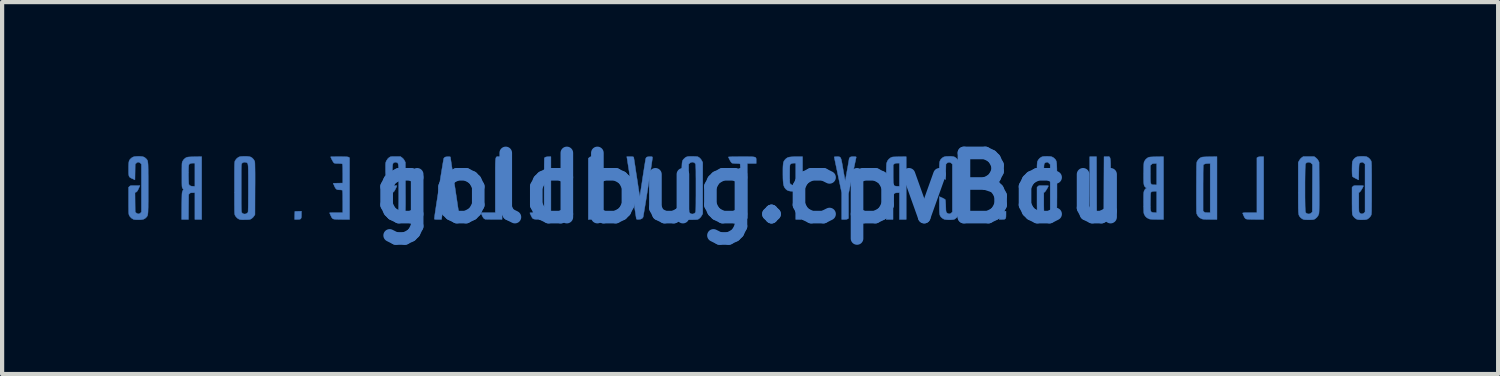
<source format=kicad_pcb>
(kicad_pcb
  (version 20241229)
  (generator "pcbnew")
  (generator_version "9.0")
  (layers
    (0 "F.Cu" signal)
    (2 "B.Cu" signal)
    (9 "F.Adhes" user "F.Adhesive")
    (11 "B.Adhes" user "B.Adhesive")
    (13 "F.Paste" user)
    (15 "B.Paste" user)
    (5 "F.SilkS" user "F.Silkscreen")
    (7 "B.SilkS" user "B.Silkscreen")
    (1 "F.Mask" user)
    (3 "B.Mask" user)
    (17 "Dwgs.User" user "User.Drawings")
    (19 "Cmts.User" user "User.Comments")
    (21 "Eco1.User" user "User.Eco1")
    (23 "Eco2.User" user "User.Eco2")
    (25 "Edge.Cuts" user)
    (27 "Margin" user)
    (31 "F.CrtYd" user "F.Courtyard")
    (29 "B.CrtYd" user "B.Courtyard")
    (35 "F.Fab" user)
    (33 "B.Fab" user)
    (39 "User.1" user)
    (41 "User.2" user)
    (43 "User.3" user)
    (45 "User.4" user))
  (footprint "goldbug.cpvBcu"
    (layer "B.Cu")
    (at 14.771 1.418)
    (property "Reference" "goldbug.cpvBcu" (at 0 0 0) (layer "B.Cu") (effects (font (size 1.524 1.524) (thickness 0.3))))
    (attr through_hole)
    (fp_poly (pts (xy 6.079 0.63) (xy 6.078 0.676) (xy 6.074 0.708) (xy 6.063 0.728) (xy 6.045 0.74) (xy 6.017 0.744) (xy 5.981 0.745) (xy 5.918 0.745) (xy 5.922 0.555) (xy 6.001 0.552) (xy 6.079 0.55) (xy 6.079 0.63)) (stroke (width 0.01) (type solid)) (fill yes) (layer "B.Cu"))
    (fp_poly (pts (xy -10.66 0.63) (xy -10.661 0.676) (xy -10.665 0.708) (xy -10.675 0.728) (xy -10.693 0.74) (xy -10.722 0.744) (xy -10.757 0.745) (xy -10.821 0.745) (xy -10.819 0.65) (xy -10.816 0.555) (xy -10.738 0.552) (xy -10.66 0.55) (xy -10.66 0.63)) (stroke (width 0.01) (type solid)) (fill yes) (layer "B.Cu"))
    (fp_poly (pts (xy -3.683 -0.015) (xy -3.683 0.114) (xy -3.684 0.233) (xy -3.684 0.341) (xy -3.685 0.437) (xy -3.685 0.521) (xy -3.686 0.592) (xy -3.687 0.648) (xy -3.689 0.691) (xy -3.69 0.718) (xy -3.691 0.728) (xy -3.701 0.735) (xy -3.723 0.74) (xy -3.758 0.743) (xy -3.772 0.744) (xy -3.844 0.747) (xy -3.844 -0.704) (xy -3.823 -0.724) (xy -3.81 -0.736) (xy -3.794 -0.742) (xy -3.772 -0.745) (xy -3.743 -0.745) (xy -3.683 -0.745) (xy -3.683 -0.015)) (stroke (width 0.01) (type solid)) (fill yes) (layer "B.Cu"))
    (fp_poly (pts (xy 12.2 0.745) (xy 12.004 0.745) (xy 11.933 0.744) (xy 11.878 0.743) (xy 11.836 0.741) (xy 11.807 0.739) (xy 11.787 0.735) (xy 11.781 0.733) (xy 11.765 0.723) (xy 11.75 0.705) (xy 11.735 0.676) (xy 11.728 0.661) (xy 11.715 0.632) (xy 11.706 0.608) (xy 11.701 0.594) (xy 11.701 0.593) (xy 11.709 0.59) (xy 11.733 0.587) (xy 11.772 0.585) (xy 11.824 0.584) (xy 11.87 0.584) (xy 12.04 0.584) (xy 12.04 -0.719) (xy 12.058 -0.732) (xy 12.081 -0.741) (xy 12.117 -0.745) (xy 12.139 -0.745) (xy 12.2 -0.745) (xy 12.2 0.745)) (stroke (width 0.01) (type solid)) (fill yes) (layer "B.Cu"))
    (fp_poly (pts (xy -4.733 0.745) (xy -4.925 0.745) (xy -4.993 0.744) (xy -5.046 0.743) (xy -5.086 0.742) (xy -5.114 0.739) (xy -5.134 0.736) (xy -5.146 0.732) (xy -5.162 0.723) (xy -5.177 0.707) (xy -5.191 0.681) (xy -5.203 0.657) (xy -5.217 0.627) (xy -5.227 0.604) (xy -5.232 0.59) (xy -5.232 0.589) (xy -5.224 0.588) (xy -5.202 0.586) (xy -5.168 0.585) (xy -5.124 0.585) (xy -5.074 0.584) (xy -5.063 0.584) (xy -4.894 0.584) (xy -4.894 -0.061) (xy -4.894 -0.165) (xy -4.893 -0.263) (xy -4.893 -0.355) (xy -4.892 -0.44) (xy -4.892 -0.515) (xy -4.891 -0.581) (xy -4.89 -0.635) (xy -4.889 -0.677) (xy -4.888 -0.704) (xy -4.887 -0.716) (xy -4.887 -0.716) (xy -4.867 -0.733) (xy -4.832 -0.742) (xy -4.788 -0.745) (xy -4.733 -0.745) (xy -4.733 0.745)) (stroke (width 0.01) (type solid)) (fill yes) (layer "B.Cu"))
    (fp_poly (pts (xy -5.991 -0.747) (xy -5.976 -0.746) (xy -5.959 -0.745) (xy -5.956 -0.745) (xy -5.893 -0.745) (xy -5.893 0.745) (xy -6.085 0.744) (xy -6.142 0.744) (xy -6.193 0.743) (xy -6.237 0.742) (xy -6.27 0.741) (xy -6.291 0.74) (xy -6.295 0.739) (xy -6.318 0.728) (xy -6.339 0.706) (xy -6.359 0.671) (xy -6.362 0.664) (xy -6.375 0.637) (xy -6.384 0.617) (xy -6.387 0.602) (xy -6.383 0.593) (xy -6.371 0.587) (xy -6.347 0.585) (xy -6.311 0.584) (xy -6.261 0.584) (xy -6.224 0.584) (xy -6.054 0.584) (xy -6.054 -0.064) (xy -6.054 -0.187) (xy -6.054 -0.295) (xy -6.054 -0.389) (xy -6.054 -0.468) (xy -6.053 -0.535) (xy -6.052 -0.591) (xy -6.05 -0.636) (xy -6.047 -0.671) (xy -6.044 -0.698) (xy -6.039 -0.718) (xy -6.033 -0.732) (xy -6.025 -0.741) (xy -6.015 -0.745) (xy -6.004 -0.747) (xy -5.991 -0.747)) (stroke (width 0.01) (type solid)) (fill yes) (layer "B.Cu"))
    (fp_poly (pts (xy -0.047 -0.745) (xy 0.01 -0.744) (xy 0.054 -0.743) (xy 0.087 -0.74) (xy 0.111 -0.735) (xy 0.127 -0.728) (xy 0.137 -0.718) (xy 0.142 -0.705) (xy 0.144 -0.689) (xy 0.144 -0.668) (xy 0.144 -0.648) (xy 0.144 -0.584) (xy -0.068 -0.584) (xy -0.068 0.719) (xy -0.087 0.732) (xy -0.109 0.741) (xy -0.145 0.745) (xy -0.167 0.745) (xy -0.229 0.745) (xy -0.229 0.091) (xy -0.229 -0.037) (xy -0.229 -0.149) (xy -0.229 -0.246) (xy -0.23 -0.328) (xy -0.23 -0.397) (xy -0.231 -0.453) (xy -0.232 -0.498) (xy -0.234 -0.531) (xy -0.235 -0.554) (xy -0.237 -0.568) (xy -0.239 -0.574) (xy -0.253 -0.579) (xy -0.283 -0.583) (xy -0.326 -0.584) (xy -0.33 -0.584) (xy -0.371 -0.586) (xy -0.405 -0.589) (xy -0.428 -0.593) (xy -0.432 -0.595) (xy -0.448 -0.61) (xy -0.468 -0.639) (xy -0.484 -0.669) (xy -0.499 -0.699) (xy -0.51 -0.723) (xy -0.515 -0.737) (xy -0.516 -0.739) (xy -0.508 -0.74) (xy -0.485 -0.741) (xy -0.448 -0.743) (xy -0.401 -0.744) (xy -0.344 -0.744) (xy -0.279 -0.745) (xy -0.208 -0.745) (xy -0.203 -0.745) (xy -0.117 -0.745) (xy -0.047 -0.745)) (stroke (width 0.01) (type solid)) (fill yes) (layer "B.Cu"))
    (fp_poly (pts (xy 8.526 -0.746) (xy 8.535 -0.742) (xy 8.543 -0.734) (xy 8.549 -0.721) (xy 8.554 -0.702) (xy 8.558 -0.676) (xy 8.561 -0.642) (xy 8.563 -0.598) (xy 8.564 -0.544) (xy 8.565 -0.479) (xy 8.566 -0.401) (xy 8.566 -0.309) (xy 8.566 -0.202) (xy 8.567 -0.08) (xy 8.567 -0.079) (xy 8.567 0.06) (xy 8.567 0.183) (xy 8.567 0.29) (xy 8.567 0.381) (xy 8.566 0.456) (xy 8.565 0.515) (xy 8.564 0.56) (xy 8.562 0.59) (xy 8.56 0.606) (xy 8.541 0.655) (xy 8.509 0.697) (xy 8.465 0.729) (xy 8.464 0.73) (xy 8.442 0.739) (xy 8.418 0.745) (xy 8.385 0.749) (xy 8.344 0.75) (xy 8.303 0.751) (xy 8.265 0.749) (xy 8.234 0.747) (xy 8.224 0.745) (xy 8.172 0.729) (xy 8.132 0.702) (xy 8.099 0.662) (xy 8.089 0.643) (xy 8.086 0.637) (xy 8.083 0.63) (xy 8.081 0.62) (xy 8.079 0.606) (xy 8.078 0.588) (xy 8.076 0.564) (xy 8.075 0.533) (xy 8.074 0.493) (xy 8.074 0.444) (xy 8.073 0.385) (xy 8.072 0.314) (xy 8.072 0.23) (xy 8.071 0.133) (xy 8.071 0.02) (xy 8.071 -0.066) (xy 8.068 -0.745) (xy 8.229 -0.745) (xy 8.234 0.567) (xy 8.257 0.59) (xy 8.286 0.608) (xy 8.321 0.614) (xy 8.356 0.606) (xy 8.38 0.59) (xy 8.403 0.567) (xy 8.405 -0.089) (xy 8.408 -0.745) (xy 8.469 -0.745) (xy 8.487 -0.746) (xy 8.502 -0.747) (xy 8.515 -0.747) (xy 8.526 -0.746)) (stroke (width 0.01) (type solid)) (fill yes) (layer "B.Cu"))
    (fp_poly (pts (xy 11.091 0.745) (xy 10.928 0.745) (xy 10.862 0.744) (xy 10.81 0.743) (xy 10.772 0.74) (xy 10.745 0.736) (xy 10.732 0.732) (xy 10.681 0.706) (xy 10.641 0.668) (xy 10.614 0.618) (xy 10.608 0.6) (xy 10.607 0.584) (xy 10.605 0.552) (xy 10.604 0.503) (xy 10.603 0.438) (xy 10.602 0.358) (xy 10.602 0.262) (xy 10.602 0.151) (xy 10.602 0.026) (xy 10.602 0.005) (xy 10.761 0.005) (xy 10.761 0.543) (xy 10.782 0.563) (xy 10.795 0.574) (xy 10.809 0.581) (xy 10.831 0.583) (xy 10.864 0.584) (xy 10.867 0.584) (xy 10.93 0.584) (xy 10.93 -0.584) (xy 10.875 -0.584) (xy 10.829 -0.581) (xy 10.794 -0.57) (xy 10.772 -0.554) (xy 10.766 -0.546) (xy 10.765 -0.535) (xy 10.765 -0.509) (xy 10.764 -0.469) (xy 10.763 -0.416) (xy 10.762 -0.352) (xy 10.762 -0.279) (xy 10.762 -0.198) (xy 10.761 -0.11) (xy 10.761 -0.017) (xy 10.761 0.005) (xy 10.602 0.005) (xy 10.602 -0.019) (xy 10.603 -0.133) (xy 10.603 -0.231) (xy 10.604 -0.314) (xy 10.604 -0.385) (xy 10.605 -0.443) (xy 10.605 -0.491) (xy 10.606 -0.53) (xy 10.608 -0.56) (xy 10.609 -0.583) (xy 10.611 -0.6) (xy 10.613 -0.613) (xy 10.615 -0.623) (xy 10.618 -0.63) (xy 10.622 -0.637) (xy 10.623 -0.639) (xy 10.651 -0.681) (xy 10.689 -0.713) (xy 10.71 -0.725) (xy 10.722 -0.73) (xy 10.737 -0.735) (xy 10.758 -0.738) (xy 10.786 -0.74) (xy 10.824 -0.742) (xy 10.875 -0.743) (xy 10.916 -0.744) (xy 11.091 -0.746) (xy 11.091 0.745)) (stroke (width 0.01) (type solid)) (fill yes) (layer "B.Cu"))
    (fp_poly (pts (xy 2.107 -0.744) (xy 2.123 -0.741) (xy 2.137 -0.733) (xy 2.148 -0.72) (xy 2.158 -0.699) (xy 2.167 -0.67) (xy 2.176 -0.63) (xy 2.186 -0.578) (xy 2.197 -0.513) (xy 2.21 -0.439) (xy 2.221 -0.374) (xy 2.232 -0.315) (xy 2.241 -0.264) (xy 2.249 -0.222) (xy 2.255 -0.192) (xy 2.258 -0.176) (xy 2.259 -0.174) (xy 2.261 -0.182) (xy 2.266 -0.205) (xy 2.272 -0.24) (xy 2.28 -0.284) (xy 2.29 -0.335) (xy 2.299 -0.39) (xy 2.31 -0.448) (xy 2.32 -0.505) (xy 2.329 -0.559) (xy 2.338 -0.609) (xy 2.345 -0.65) (xy 2.35 -0.682) (xy 2.353 -0.701) (xy 2.354 -0.705) (xy 2.359 -0.715) (xy 2.371 -0.728) (xy 2.382 -0.737) (xy 2.398 -0.742) (xy 2.423 -0.745) (xy 2.455 -0.745) (xy 2.489 -0.745) (xy 2.509 -0.744) (xy 2.518 -0.74) (xy 2.52 -0.734) (xy 2.519 -0.726) (xy 2.516 -0.714) (xy 2.51 -0.687) (xy 2.502 -0.647) (xy 2.491 -0.596) (xy 2.478 -0.534) (xy 2.463 -0.464) (xy 2.447 -0.388) (xy 2.43 -0.306) (xy 2.425 -0.285) (xy 2.337 0.138) (xy 2.337 0.719) (xy 2.318 0.732) (xy 2.296 0.741) (xy 2.259 0.745) (xy 2.238 0.745) (xy 2.176 0.745) (xy 2.176 0.113) (xy 2.087 -0.31) (xy 2.07 -0.392) (xy 2.054 -0.469) (xy 2.039 -0.539) (xy 2.026 -0.602) (xy 2.015 -0.654) (xy 2.007 -0.696) (xy 2.001 -0.724) (xy 1.998 -0.738) (xy 1.998 -0.739) (xy 2.006 -0.742) (xy 2.026 -0.744) (xy 2.056 -0.745) (xy 2.062 -0.745) (xy 2.087 -0.745) (xy 2.107 -0.744)) (stroke (width 0.01) (type solid)) (fill yes) (layer "B.Cu"))
    (fp_poly (pts (xy -9.693 -0.745) (xy -9.642 -0.744) (xy -9.603 -0.743) (xy -9.575 -0.742) (xy -9.556 -0.739) (xy -9.543 -0.736) (xy -9.535 -0.732) (xy -9.517 -0.719) (xy -9.517 0.745) (xy -9.696 0.745) (xy -9.762 0.744) (xy -9.813 0.743) (xy -9.851 0.741) (xy -9.878 0.739) (xy -9.897 0.735) (xy -9.904 0.732) (xy -9.921 0.723) (xy -9.935 0.707) (xy -9.95 0.681) (xy -9.961 0.657) (xy -9.975 0.627) (xy -9.985 0.604) (xy -9.99 0.59) (xy -9.991 0.589) (xy -9.983 0.587) (xy -9.96 0.586) (xy -9.926 0.585) (xy -9.883 0.584) (xy -9.834 0.584) (xy -9.677 0.584) (xy -9.677 0.323) (xy -9.678 0.243) (xy -9.678 0.179) (xy -9.679 0.129) (xy -9.681 0.093) (xy -9.683 0.069) (xy -9.686 0.055) (xy -9.688 0.052) (xy -9.701 0.047) (xy -9.728 0.043) (xy -9.755 0.042) (xy -9.792 0.04) (xy -9.82 0.032) (xy -9.841 0.015) (xy -9.86 -0.013) (xy -9.88 -0.055) (xy -9.905 -0.114) (xy -9.791 -0.117) (xy -9.677 -0.119) (xy -9.677 -0.341) (xy -9.678 -0.415) (xy -9.678 -0.474) (xy -9.68 -0.517) (xy -9.682 -0.548) (xy -9.684 -0.567) (xy -9.688 -0.574) (xy -9.702 -0.579) (xy -9.732 -0.583) (xy -9.777 -0.584) (xy -9.783 -0.584) (xy -9.828 -0.585) (xy -9.859 -0.588) (xy -9.879 -0.593) (xy -9.887 -0.597) (xy -9.897 -0.609) (xy -9.911 -0.631) (xy -9.927 -0.659) (xy -9.943 -0.689) (xy -9.956 -0.717) (xy -9.964 -0.736) (xy -9.965 -0.742) (xy -9.957 -0.743) (xy -9.934 -0.744) (xy -9.899 -0.744) (xy -9.854 -0.745) (xy -9.802 -0.745) (xy -9.76 -0.745) (xy -9.693 -0.745)) (stroke (width 0.01) (type solid)) (fill yes) (layer "B.Cu"))
    (fp_poly (pts (xy 1.245 -0.009) (xy 1.245 0.122) (xy 1.245 0.237) (xy 1.245 0.337) (xy 1.245 0.424) (xy 1.245 0.497) (xy 1.244 0.558) (xy 1.242 0.609) (xy 1.24 0.65) (xy 1.237 0.682) (xy 1.234 0.707) (xy 1.229 0.724) (xy 1.222 0.736) (xy 1.215 0.744) (xy 1.206 0.747) (xy 1.195 0.748) (xy 1.183 0.747) (xy 1.169 0.746) (xy 1.152 0.745) (xy 1.148 0.745) (xy 1.084 0.745) (xy 1.084 0.076) (xy 1.011 0.076) (xy 0.956 0.073) (xy 0.913 0.064) (xy 0.878 0.048) (xy 0.852 0.027) (xy 0.833 0.006) (xy 0.817 -0.017) (xy 0.804 -0.045) (xy 0.794 -0.079) (xy 0.788 -0.121) (xy 0.783 -0.173) (xy 0.78 -0.238) (xy 0.78 -0.263) (xy 0.94 -0.263) (xy 0.94 -0.212) (xy 0.941 -0.174) (xy 0.942 -0.146) (xy 0.944 -0.127) (xy 0.946 -0.114) (xy 0.95 -0.105) (xy 0.955 -0.099) (xy 0.959 -0.096) (xy 0.978 -0.081) (xy 0.997 -0.073) (xy 1.022 -0.069) (xy 1.044 -0.068) (xy 1.084 -0.068) (xy 1.084 -0.593) (xy 1.041 -0.593) (xy 0.997 -0.588) (xy 0.965 -0.574) (xy 0.951 -0.56) (xy 0.947 -0.549) (xy 0.944 -0.528) (xy 0.942 -0.495) (xy 0.941 -0.448) (xy 0.94 -0.387) (xy 0.94 -0.33) (xy 0.94 -0.263) (xy 0.78 -0.263) (xy 0.779 -0.316) (xy 0.779 -0.36) (xy 0.779 -0.435) (xy 0.78 -0.496) (xy 0.783 -0.544) (xy 0.787 -0.582) (xy 0.793 -0.612) (xy 0.802 -0.636) (xy 0.814 -0.655) (xy 0.829 -0.674) (xy 0.839 -0.685) (xy 0.861 -0.705) (xy 0.885 -0.72) (xy 0.912 -0.731) (xy 0.946 -0.738) (xy 0.989 -0.742) (xy 1.045 -0.745) (xy 1.102 -0.745) (xy 1.245 -0.745) (xy 1.245 -0.009)) (stroke (width 0.01) (type solid)) (fill yes) (layer "B.Cu"))
    (fp_poly (pts (xy -13.03 0.745) (xy -13.191 0.745) (xy -13.191 0.11) (xy -13.245 0.11) (xy -13.276 0.111) (xy -13.296 0.115) (xy -13.31 0.123) (xy -13.319 0.132) (xy -13.339 0.154) (xy -13.342 0.449) (xy -13.344 0.745) (xy -13.505 0.745) (xy -13.503 0.425) (xy -13.502 0.343) (xy -13.501 0.276) (xy -13.5 0.223) (xy -13.499 0.181) (xy -13.498 0.148) (xy -13.496 0.124) (xy -13.494 0.106) (xy -13.491 0.092) (xy -13.487 0.082) (xy -13.483 0.072) (xy -13.482 0.069) (xy -13.463 0.032) (xy -13.482 0.007) (xy -13.487 -0.000402) (xy -13.49 -0.008) (xy -13.494 -0.018) (xy -13.496 -0.033) (xy -13.498 -0.053) (xy -13.499 -0.082) (xy -13.5 -0.12) (xy -13.5 -0.169) (xy -13.5 -0.232) (xy -13.5 -0.308) (xy -13.344 -0.308) (xy -13.343 -0.252) (xy -13.342 -0.2) (xy -13.34 -0.154) (xy -13.338 -0.117) (xy -13.335 -0.093) (xy -13.333 -0.085) (xy -13.313 -0.061) (xy -13.281 -0.047) (xy -13.236 -0.042) (xy -13.236 -0.042) (xy -13.191 -0.042) (xy -13.191 -0.593) (xy -13.237 -0.593) (xy -13.282 -0.589) (xy -13.312 -0.578) (xy -13.331 -0.559) (xy -13.334 -0.553) (xy -13.337 -0.537) (xy -13.34 -0.508) (xy -13.342 -0.467) (xy -13.343 -0.418) (xy -13.344 -0.364) (xy -13.344 -0.308) (xy -13.5 -0.308) (xy -13.5 -0.31) (xy -13.5 -0.312) (xy -13.5 -0.39) (xy -13.5 -0.454) (xy -13.499 -0.504) (xy -13.499 -0.542) (xy -13.498 -0.572) (xy -13.496 -0.593) (xy -13.493 -0.609) (xy -13.49 -0.621) (xy -13.486 -0.631) (xy -13.482 -0.639) (xy -13.453 -0.681) (xy -13.416 -0.713) (xy -13.394 -0.725) (xy -13.382 -0.731) (xy -13.366 -0.735) (xy -13.345 -0.738) (xy -13.316 -0.74) (xy -13.276 -0.742) (xy -13.223 -0.743) (xy -13.197 -0.744) (xy -13.03 -0.746) (xy -13.03 0.745)) (stroke (width 0.01) (type solid)) (fill yes) (layer "B.Cu"))
    (fp_poly (pts (xy 3.708 0.745) (xy 3.548 0.745) (xy 3.548 0.11) (xy 3.499 0.11) (xy 3.458 0.114) (xy 3.43 0.125) (xy 3.412 0.146) (xy 3.404 0.167) (xy 3.402 0.185) (xy 3.399 0.217) (xy 3.398 0.263) (xy 3.396 0.321) (xy 3.396 0.388) (xy 3.395 0.463) (xy 3.395 0.472) (xy 3.395 0.745) (xy 3.233 0.745) (xy 3.236 0.425) (xy 3.236 0.343) (xy 3.237 0.277) (xy 3.238 0.223) (xy 3.239 0.181) (xy 3.24 0.149) (xy 3.242 0.125) (xy 3.244 0.107) (xy 3.247 0.094) (xy 3.251 0.084) (xy 3.256 0.074) (xy 3.258 0.069) (xy 3.269 0.046) (xy 3.273 0.033) (xy 3.269 0.023) (xy 3.265 0.018) (xy 3.255 0.001) (xy 3.247 -0.025) (xy 3.243 -0.042) (xy 3.24 -0.065) (xy 3.238 -0.101) (xy 3.237 -0.148) (xy 3.235 -0.204) (xy 3.235 -0.264) (xy 3.235 -0.327) (xy 3.235 -0.389) (xy 3.236 -0.448) (xy 3.237 -0.501) (xy 3.239 -0.545) (xy 3.239 -0.552) (xy 3.399 -0.552) (xy 3.399 -0.32) (xy 3.399 -0.248) (xy 3.4 -0.191) (xy 3.401 -0.147) (xy 3.403 -0.114) (xy 3.406 -0.091) (xy 3.411 -0.075) (xy 3.418 -0.064) (xy 3.427 -0.057) (xy 3.438 -0.052) (xy 3.441 -0.05) (xy 3.46 -0.046) (xy 3.487 -0.043) (xy 3.503 -0.043) (xy 3.548 -0.042) (xy 3.548 -0.593) (xy 3.497 -0.593) (xy 3.465 -0.591) (xy 3.443 -0.586) (xy 3.425 -0.574) (xy 3.423 -0.572) (xy 3.399 -0.552) (xy 3.239 -0.552) (xy 3.241 -0.577) (xy 3.243 -0.593) (xy 3.264 -0.646) (xy 3.298 -0.69) (xy 3.334 -0.717) (xy 3.348 -0.725) (xy 3.361 -0.731) (xy 3.375 -0.736) (xy 3.394 -0.739) (xy 3.42 -0.741) (xy 3.456 -0.742) (xy 3.504 -0.743) (xy 3.541 -0.744) (xy 3.708 -0.746) (xy 3.708 0.745)) (stroke (width 0.01) (type solid)) (fill yes) (layer "B.Cu"))
    (fp_poly (pts (xy 13.438 -0.722) (xy 13.477 -0.685) (xy 13.497 -0.654) (xy 13.517 -0.614) (xy 13.52 -0.025) (xy 13.52 0.107) (xy 13.52 0.222) (xy 13.52 0.322) (xy 13.52 0.406) (xy 13.519 0.475) (xy 13.518 0.529) (xy 13.516 0.569) (xy 13.514 0.596) (xy 13.513 0.606) (xy 13.495 0.652) (xy 13.465 0.694) (xy 13.426 0.728) (xy 13.411 0.737) (xy 13.394 0.744) (xy 13.375 0.749) (xy 13.349 0.752) (xy 13.314 0.753) (xy 13.27 0.754) (xy 13.223 0.753) (xy 13.189 0.752) (xy 13.164 0.749) (xy 13.145 0.744) (xy 13.127 0.736) (xy 13.125 0.736) (xy 13.098 0.718) (xy 13.074 0.697) (xy 13.068 0.691) (xy 13.059 0.679) (xy 13.052 0.669) (xy 13.045 0.658) (xy 13.04 0.646) (xy 13.035 0.632) (xy 13.032 0.613) (xy 13.029 0.589) (xy 13.026 0.558) (xy 13.025 0.52) (xy 13.023 0.473) (xy 13.023 0.416) (xy 13.022 0.348) (xy 13.022 0.267) (xy 13.022 0.172) (xy 13.022 0.062) (xy 13.022 0.03) (xy 13.182 0.03) (xy 13.182 0.116) (xy 13.182 0.2) (xy 13.183 0.28) (xy 13.184 0.353) (xy 13.185 0.419) (xy 13.187 0.476) (xy 13.189 0.522) (xy 13.191 0.554) (xy 13.194 0.572) (xy 13.194 0.575) (xy 13.217 0.6) (xy 13.248 0.613) (xy 13.282 0.615) (xy 13.315 0.603) (xy 13.334 0.589) (xy 13.356 0.567) (xy 13.361 -0.557) (xy 13.339 -0.583) (xy 13.311 -0.605) (xy 13.278 -0.615) (xy 13.245 -0.613) (xy 13.215 -0.599) (xy 13.195 -0.575) (xy 13.192 -0.562) (xy 13.19 -0.533) (xy 13.188 -0.491) (xy 13.186 -0.438) (xy 13.185 -0.374) (xy 13.184 -0.302) (xy 13.183 -0.224) (xy 13.182 -0.142) (xy 13.182 -0.056) (xy 13.182 0.03) (xy 13.022 0.03) (xy 13.022 -0.003) (xy 13.022 -0.608) (xy 13.045 -0.653) (xy 13.073 -0.694) (xy 13.105 -0.724) (xy 13.142 -0.749) (xy 13.399 -0.749) (xy 13.438 -0.722)) (stroke (width 0.01) (type solid)) (fill yes) (layer "B.Cu"))
    (fp_poly (pts (xy -7.143 -0.744) (xy -7.126 -0.741) (xy -7.12 -0.738) (xy -7.119 -0.728) (xy -7.116 -0.703) (xy -7.11 -0.664) (xy -7.102 -0.612) (xy -7.093 -0.548) (xy -7.081 -0.473) (xy -7.069 -0.389) (xy -7.055 -0.297) (xy -7.04 -0.197) (xy -7.024 -0.092) (xy -7.01 -0.003) (xy -6.994 0.106) (xy -6.978 0.21) (xy -6.963 0.309) (xy -6.95 0.4) (xy -6.937 0.483) (xy -6.926 0.556) (xy -6.917 0.618) (xy -6.91 0.669) (xy -6.904 0.706) (xy -6.901 0.728) (xy -6.9 0.735) (xy -6.905 0.74) (xy -6.918 0.743) (xy -6.945 0.744) (xy -6.985 0.743) (xy -6.987 0.743) (xy -7.074 0.741) (xy -7.139 0.25) (xy -7.15 0.161) (xy -7.161 0.078) (xy -7.172 0.002) (xy -7.181 -0.066) (xy -7.189 -0.124) (xy -7.195 -0.171) (xy -7.2 -0.206) (xy -7.203 -0.226) (xy -7.204 -0.231) (xy -7.206 -0.219) (xy -7.209 -0.192) (xy -7.214 -0.152) (xy -7.221 -0.101) (xy -7.228 -0.041) (xy -7.237 0.026) (xy -7.247 0.099) (xy -7.257 0.175) (xy -7.267 0.253) (xy -7.277 0.331) (xy -7.287 0.407) (xy -7.296 0.479) (xy -7.305 0.544) (xy -7.313 0.602) (xy -7.319 0.651) (xy -7.324 0.687) (xy -7.327 0.71) (xy -7.328 0.718) (xy -7.333 0.745) (xy -7.417 0.745) (xy -7.456 0.745) (xy -7.48 0.744) (xy -7.494 0.741) (xy -7.5 0.737) (xy -7.501 0.729) (xy -7.501 0.727) (xy -7.5 0.711) (xy -7.496 0.681) (xy -7.491 0.638) (xy -7.483 0.583) (xy -7.473 0.518) (xy -7.462 0.443) (xy -7.45 0.362) (xy -7.436 0.275) (xy -7.422 0.183) (xy -7.408 0.089) (xy -7.393 -0.006) (xy -7.378 -0.102) (xy -7.363 -0.195) (xy -7.349 -0.285) (xy -7.335 -0.371) (xy -7.322 -0.45) (xy -7.31 -0.521) (xy -7.3 -0.583) (xy -7.291 -0.635) (xy -7.284 -0.674) (xy -7.279 -0.699) (xy -7.276 -0.709) (xy -7.258 -0.728) (xy -7.242 -0.737) (xy -7.223 -0.741) (xy -7.197 -0.744) (xy -7.169 -0.745) (xy -7.143 -0.744)) (stroke (width 0.01) (type solid)) (fill yes) (layer "B.Cu"))
    (fp_poly (pts (xy -2.812 -0.745) (xy -2.788 -0.744) (xy -2.775 -0.741) (xy -2.768 -0.735) (xy -2.765 -0.727) (xy -2.765 -0.726) (xy -2.763 -0.714) (xy -2.758 -0.687) (xy -2.752 -0.647) (xy -2.744 -0.594) (xy -2.734 -0.532) (xy -2.724 -0.46) (xy -2.712 -0.382) (xy -2.699 -0.298) (xy -2.692 -0.254) (xy -2.679 -0.169) (xy -2.667 -0.089) (xy -2.656 -0.015) (xy -2.646 0.05) (xy -2.637 0.106) (xy -2.63 0.15) (xy -2.625 0.181) (xy -2.622 0.198) (xy -2.622 0.2) (xy -2.62 0.193) (xy -2.616 0.17) (xy -2.61 0.133) (xy -2.603 0.085) (xy -2.593 0.025) (xy -2.583 -0.043) (xy -2.571 -0.119) (xy -2.559 -0.201) (xy -2.554 -0.235) (xy -2.541 -0.32) (xy -2.528 -0.401) (xy -2.517 -0.475) (xy -2.506 -0.542) (xy -2.497 -0.599) (xy -2.489 -0.646) (xy -2.484 -0.679) (xy -2.48 -0.698) (xy -2.479 -0.701) (xy -2.47 -0.721) (xy -2.456 -0.735) (xy -2.433 -0.742) (xy -2.398 -0.745) (xy -2.38 -0.745) (xy -2.348 -0.745) (xy -2.33 -0.743) (xy -2.322 -0.738) (xy -2.32 -0.73) (xy -2.32 -0.728) (xy -2.321 -0.713) (xy -2.325 -0.684) (xy -2.331 -0.641) (xy -2.339 -0.586) (xy -2.348 -0.521) (xy -2.36 -0.447) (xy -2.372 -0.366) (xy -2.385 -0.279) (xy -2.4 -0.188) (xy -2.414 -0.094) (xy -2.429 0.002) (xy -2.444 0.096) (xy -2.459 0.189) (xy -2.473 0.279) (xy -2.487 0.364) (xy -2.5 0.443) (xy -2.512 0.513) (xy -2.522 0.574) (xy -2.531 0.625) (xy -2.537 0.662) (xy -2.542 0.686) (xy -2.544 0.694) (xy -2.568 0.723) (xy -2.604 0.739) (xy -2.653 0.745) (xy -2.653 0.745) (xy -2.68 0.744) (xy -2.694 0.741) (xy -2.701 0.733) (xy -2.704 0.722) (xy -2.706 0.71) (xy -2.711 0.683) (xy -2.717 0.641) (xy -2.725 0.587) (xy -2.736 0.521) (xy -2.747 0.445) (xy -2.76 0.359) (xy -2.774 0.266) (xy -2.79 0.167) (xy -2.806 0.062) (xy -2.815 0) (xy -2.831 -0.107) (xy -2.847 -0.21) (xy -2.862 -0.307) (xy -2.875 -0.397) (xy -2.888 -0.478) (xy -2.899 -0.55) (xy -2.909 -0.612) (xy -2.916 -0.661) (xy -2.922 -0.696) (xy -2.925 -0.717) (xy -2.926 -0.722) (xy -2.931 -0.745) (xy -2.85 -0.745) (xy -2.812 -0.745)) (stroke (width 0.01) (type solid)) (fill yes) (layer "B.Cu"))
    (fp_poly (pts (xy 9.821 0.745) (xy 9.667 0.745) (xy 9.601 0.744) (xy 9.551 0.742) (xy 9.513 0.739) (xy 9.488 0.735) (xy 9.479 0.732) (xy 9.428 0.706) (xy 9.388 0.668) (xy 9.361 0.619) (xy 9.356 0.602) (xy 9.353 0.585) (xy 9.351 0.554) (xy 9.35 0.511) (xy 9.348 0.457) (xy 9.348 0.397) (xy 9.348 0.385) (xy 9.509 0.385) (xy 9.509 0.441) (xy 9.51 0.484) (xy 9.513 0.516) (xy 9.517 0.539) (xy 9.523 0.555) (xy 9.531 0.566) (xy 9.542 0.573) (xy 9.545 0.574) (xy 9.563 0.579) (xy 9.591 0.583) (xy 9.612 0.584) (xy 9.66 0.584) (xy 9.66 0.076) (xy 9.606 0.076) (xy 9.571 0.078) (xy 9.547 0.084) (xy 9.532 0.092) (xy 9.526 0.098) (xy 9.521 0.104) (xy 9.518 0.114) (xy 9.515 0.128) (xy 9.513 0.15) (xy 9.512 0.181) (xy 9.511 0.224) (xy 9.51 0.281) (xy 9.51 0.314) (xy 9.509 0.385) (xy 9.348 0.385) (xy 9.347 0.334) (xy 9.348 0.264) (xy 9.348 0.208) (xy 9.349 0.165) (xy 9.35 0.132) (xy 9.352 0.108) (xy 9.355 0.09) (xy 9.358 0.076) (xy 9.363 0.064) (xy 9.363 0.063) (xy 9.378 0.038) (xy 9.394 0.018) (xy 9.399 0.014) (xy 9.418 0.001) (xy 9.396 -0.017) (xy 9.383 -0.028) (xy 9.372 -0.042) (xy 9.363 -0.058) (xy 9.357 -0.08) (xy 9.353 -0.108) (xy 9.35 -0.146) (xy 9.349 -0.194) (xy 9.348 -0.255) (xy 9.349 -0.33) (xy 9.349 -0.356) (xy 9.35 -0.428) (xy 9.35 -0.485) (xy 9.352 -0.529) (xy 9.352 -0.535) (xy 9.508 -0.535) (xy 9.508 -0.335) (xy 9.508 -0.268) (xy 9.509 -0.215) (xy 9.51 -0.176) (xy 9.512 -0.147) (xy 9.515 -0.128) (xy 9.519 -0.114) (xy 9.521 -0.11) (xy 9.53 -0.094) (xy 9.541 -0.084) (xy 9.559 -0.079) (xy 9.586 -0.077) (xy 9.608 -0.077) (xy 9.66 -0.076) (xy 9.66 -0.584) (xy 9.609 -0.584) (xy 9.579 -0.583) (xy 9.559 -0.579) (xy 9.543 -0.569) (xy 9.533 -0.559) (xy 9.508 -0.535) (xy 9.352 -0.535) (xy 9.353 -0.563) (xy 9.355 -0.587) (xy 9.357 -0.605) (xy 9.361 -0.619) (xy 9.365 -0.63) (xy 9.37 -0.639) (xy 9.398 -0.681) (xy 9.436 -0.713) (xy 9.457 -0.725) (xy 9.47 -0.731) (xy 9.485 -0.735) (xy 9.506 -0.738) (xy 9.535 -0.74) (xy 9.575 -0.742) (xy 9.628 -0.743) (xy 9.654 -0.744) (xy 9.821 -0.746) (xy 9.821 0.745)) (stroke (width 0.01) (type solid)) (fill yes) (layer "B.Cu"))
    (fp_poly (pts (xy -1.37 -0.752) (xy -1.363 -0.752) (xy -1.316 -0.751) (xy -1.283 -0.749) (xy -1.259 -0.747) (xy -1.242 -0.743) (xy -1.228 -0.736) (xy -1.214 -0.727) (xy -1.209 -0.724) (xy -1.172 -0.688) (xy -1.149 -0.652) (xy -1.126 -0.607) (xy -1.126 0.608) (xy -1.15 0.653) (xy -1.178 0.694) (xy -1.21 0.724) (xy -1.225 0.734) (xy -1.238 0.741) (xy -1.253 0.746) (xy -1.274 0.748) (xy -1.303 0.75) (xy -1.345 0.751) (xy -1.366 0.752) (xy -1.414 0.752) (xy -1.448 0.752) (xy -1.472 0.751) (xy -1.49 0.748) (xy -1.504 0.742) (xy -1.52 0.735) (xy -1.524 0.732) (xy -1.565 0.703) (xy -1.593 0.668) (xy -1.612 0.624) (xy -1.613 0.623) (xy -1.615 0.613) (xy -1.618 0.599) (xy -1.619 0.58) (xy -1.621 0.555) (xy -1.622 0.523) (xy -1.623 0.483) (xy -1.624 0.433) (xy -1.625 0.372) (xy -1.625 0.299) (xy -1.625 0.212) (xy -1.626 0.111) (xy -1.626 0) (xy -1.626 -0.119) (xy -1.625 -0.223) (xy -1.625 -0.312) (xy -1.625 -0.387) (xy -1.624 -0.451) (xy -1.622 -0.504) (xy -1.62 -0.547) (xy -1.619 -0.569) (xy -1.46 -0.569) (xy -1.46 -0.002) (xy -1.46 0.11) (xy -1.46 0.206) (xy -1.46 0.288) (xy -1.46 0.356) (xy -1.46 0.413) (xy -1.459 0.459) (xy -1.458 0.495) (xy -1.457 0.523) (xy -1.456 0.543) (xy -1.454 0.558) (xy -1.452 0.569) (xy -1.449 0.576) (xy -1.446 0.581) (xy -1.444 0.584) (xy -1.412 0.609) (xy -1.376 0.617) (xy -1.338 0.61) (xy -1.33 0.606) (xy -1.31 0.59) (xy -1.297 0.572) (xy -1.295 0.562) (xy -1.293 0.543) (xy -1.291 0.514) (xy -1.29 0.474) (xy -1.289 0.422) (xy -1.288 0.356) (xy -1.288 0.278) (xy -1.287 0.184) (xy -1.287 0.075) (xy -1.287 0) (xy -1.287 -0.119) (xy -1.287 -0.222) (xy -1.288 -0.31) (xy -1.288 -0.383) (xy -1.289 -0.443) (xy -1.291 -0.491) (xy -1.292 -0.527) (xy -1.294 -0.552) (xy -1.296 -0.567) (xy -1.297 -0.572) (xy -1.318 -0.598) (xy -1.347 -0.614) (xy -1.38 -0.617) (xy -1.414 -0.607) (xy -1.433 -0.593) (xy -1.46 -0.569) (xy -1.619 -0.569) (xy -1.618 -0.582) (xy -1.615 -0.609) (xy -1.61 -0.631) (xy -1.605 -0.648) (xy -1.599 -0.661) (xy -1.592 -0.672) (xy -1.584 -0.682) (xy -1.574 -0.692) (xy -1.573 -0.693) (xy -1.549 -0.716) (xy -1.525 -0.733) (xy -1.499 -0.744) (xy -1.467 -0.75) (xy -1.425 -0.752) (xy -1.37 -0.752)) (stroke (width 0.01) (type solid)) (fill yes) (layer "B.Cu"))
    (fp_poly (pts (xy 4.78 -0.753) (xy 4.818 -0.749) (xy 4.848 -0.742) (xy 4.872 -0.73) (xy 4.896 -0.712) (xy 4.905 -0.704) (xy 4.925 -0.681) (xy 4.944 -0.654) (xy 4.945 -0.65) (xy 4.948 -0.644) (xy 4.951 -0.636) (xy 4.953 -0.626) (xy 4.955 -0.612) (xy 4.957 -0.594) (xy 4.958 -0.57) (xy 4.959 -0.538) (xy 4.96 -0.499) (xy 4.961 -0.449) (xy 4.961 -0.389) (xy 4.961 -0.317) (xy 4.961 -0.232) (xy 4.961 -0.133) (xy 4.961 -0.018) (xy 4.961 0) (xy 4.961 0.117) (xy 4.961 0.219) (xy 4.961 0.306) (xy 4.961 0.38) (xy 4.961 0.442) (xy 4.96 0.492) (xy 4.959 0.533) (xy 4.958 0.566) (xy 4.957 0.591) (xy 4.955 0.61) (xy 4.954 0.624) (xy 4.951 0.635) (xy 4.949 0.643) (xy 4.946 0.649) (xy 4.945 0.65) (xy 4.914 0.694) (xy 4.871 0.73) (xy 4.854 0.74) (xy 4.828 0.748) (xy 4.791 0.752) (xy 4.746 0.754) (xy 4.7 0.753) (xy 4.656 0.75) (xy 4.62 0.744) (xy 4.602 0.737) (xy 4.574 0.721) (xy 4.549 0.701) (xy 4.545 0.697) (xy 4.53 0.681) (xy 4.519 0.664) (xy 4.51 0.646) (xy 4.504 0.623) (xy 4.5 0.593) (xy 4.498 0.554) (xy 4.496 0.503) (xy 4.496 0.439) (xy 4.496 0.407) (xy 4.496 0.203) (xy 4.523 0.215) (xy 4.575 0.238) (xy 4.611 0.257) (xy 4.632 0.271) (xy 4.637 0.278) (xy 4.639 0.291) (xy 4.642 0.318) (xy 4.644 0.355) (xy 4.647 0.399) (xy 4.648 0.43) (xy 4.65 0.481) (xy 4.651 0.518) (xy 4.654 0.544) (xy 4.657 0.561) (xy 4.661 0.573) (xy 4.668 0.582) (xy 4.675 0.59) (xy 4.705 0.609) (xy 4.738 0.613) (xy 4.769 0.601) (xy 4.782 0.59) (xy 4.805 0.567) (xy 4.805 -0.567) (xy 4.782 -0.59) (xy 4.752 -0.609) (xy 4.72 -0.613) (xy 4.688 -0.601) (xy 4.675 -0.59) (xy 4.652 -0.567) (xy 4.648 -0.386) (xy 4.644 -0.205) (xy 4.584 -0.232) (xy 4.555 -0.246) (xy 4.533 -0.258) (xy 4.517 -0.272) (xy 4.507 -0.29) (xy 4.501 -0.313) (xy 4.497 -0.346) (xy 4.496 -0.391) (xy 4.496 -0.449) (xy 4.496 -0.455) (xy 4.496 -0.519) (xy 4.498 -0.568) (xy 4.501 -0.606) (xy 4.507 -0.635) (xy 4.515 -0.657) (xy 4.527 -0.677) (xy 4.543 -0.696) (xy 4.545 -0.697) (xy 4.57 -0.72) (xy 4.595 -0.736) (xy 4.626 -0.746) (xy 4.664 -0.752) (xy 4.715 -0.753) (xy 4.729 -0.754) (xy 4.78 -0.753)) (stroke (width 0.01) (type solid)) (fill yes) (layer "B.Cu"))
    (fp_poly (pts (xy -14.475 -0.752) (xy -14.434 -0.747) (xy -14.402 -0.737) (xy -14.376 -0.721) (xy -14.35 -0.698) (xy -14.349 -0.697) (xy -14.34 -0.688) (xy -14.332 -0.679) (xy -14.326 -0.669) (xy -14.32 -0.658) (xy -14.315 -0.644) (xy -14.311 -0.626) (xy -14.308 -0.603) (xy -14.305 -0.572) (xy -14.303 -0.535) (xy -14.302 -0.488) (xy -14.301 -0.431) (xy -14.301 -0.363) (xy -14.3 -0.282) (xy -14.3 -0.187) (xy -14.3 -0.078) (xy -14.3 0) (xy -14.3 0.12) (xy -14.3 0.224) (xy -14.3 0.313) (xy -14.301 0.389) (xy -14.301 0.453) (xy -14.303 0.506) (xy -14.304 0.549) (xy -14.306 0.584) (xy -14.309 0.612) (xy -14.312 0.633) (xy -14.317 0.65) (xy -14.322 0.663) (xy -14.328 0.673) (xy -14.335 0.682) (xy -14.343 0.691) (xy -14.349 0.697) (xy -14.375 0.721) (xy -14.404 0.737) (xy -14.439 0.747) (xy -14.485 0.752) (xy -14.533 0.753) (xy -14.588 0.752) (xy -14.628 0.748) (xy -14.654 0.741) (xy -14.656 0.74) (xy -14.7 0.712) (xy -14.736 0.673) (xy -14.75 0.65) (xy -14.754 0.641) (xy -14.757 0.631) (xy -14.76 0.617) (xy -14.762 0.598) (xy -14.764 0.573) (xy -14.765 0.539) (xy -14.765 0.495) (xy -14.766 0.44) (xy -14.766 0.37) (xy -14.766 0.301) (xy -14.766 -0.018) (xy -14.745 -0.038) (xy -14.736 -0.047) (xy -14.726 -0.053) (xy -14.712 -0.056) (xy -14.691 -0.058) (xy -14.66 -0.059) (xy -14.615 -0.059) (xy -14.61 -0.059) (xy -14.496 -0.059) (xy -14.522 -0.003) (xy -14.541 0.039) (xy -14.557 0.067) (xy -14.571 0.085) (xy -14.584 0.095) (xy -14.594 0.099) (xy -14.614 0.104) (xy -14.612 0.335) (xy -14.609 0.567) (xy -14.586 0.59) (xy -14.557 0.609) (xy -14.526 0.614) (xy -14.496 0.603) (xy -14.481 0.59) (xy -14.461 0.566) (xy -14.461 -0.566) (xy -14.48 -0.588) (xy -14.502 -0.605) (xy -14.526 -0.615) (xy -14.546 -0.616) (xy -14.564 -0.608) (xy -14.581 -0.594) (xy -14.609 -0.569) (xy -14.612 -0.383) (xy -14.615 -0.196) (xy -14.671 -0.221) (xy -14.702 -0.235) (xy -14.725 -0.248) (xy -14.742 -0.261) (xy -14.753 -0.278) (xy -14.76 -0.301) (xy -14.764 -0.333) (xy -14.766 -0.375) (xy -14.766 -0.431) (xy -14.766 -0.454) (xy -14.766 -0.518) (xy -14.764 -0.567) (xy -14.761 -0.605) (xy -14.756 -0.634) (xy -14.748 -0.657) (xy -14.736 -0.676) (xy -14.72 -0.694) (xy -14.709 -0.704) (xy -14.684 -0.725) (xy -14.656 -0.739) (xy -14.622 -0.748) (xy -14.578 -0.752) (xy -14.529 -0.754) (xy -14.475 -0.752)) (stroke (width 0.01) (type solid)) (fill yes) (layer "B.Cu"))
    (fp_poly (pts (xy 7.105 -0.752) (xy 7.145 -0.748) (xy 7.176 -0.739) (xy 7.202 -0.725) (xy 7.227 -0.704) (xy 7.236 -0.696) (xy 7.246 -0.685) (xy 7.255 -0.675) (xy 7.262 -0.664) (xy 7.268 -0.651) (xy 7.274 -0.635) (xy 7.278 -0.614) (xy 7.282 -0.587) (xy 7.284 -0.554) (xy 7.286 -0.512) (xy 7.288 -0.461) (xy 7.289 -0.399) (xy 7.289 -0.326) (xy 7.29 -0.239) (xy 7.29 -0.138) (xy 7.29 -0.022) (xy 7.29 0) (xy 7.29 0.119) (xy 7.29 0.223) (xy 7.289 0.312) (xy 7.289 0.387) (xy 7.288 0.451) (xy 7.287 0.504) (xy 7.285 0.547) (xy 7.282 0.582) (xy 7.279 0.61) (xy 7.275 0.632) (xy 7.269 0.649) (xy 7.263 0.662) (xy 7.256 0.673) (xy 7.247 0.683) (xy 7.238 0.694) (xy 7.236 0.696) (xy 7.211 0.719) (xy 7.185 0.735) (xy 7.156 0.746) (xy 7.12 0.751) (xy 7.072 0.753) (xy 7.051 0.754) (xy 7.007 0.753) (xy 6.974 0.751) (xy 6.95 0.747) (xy 6.931 0.741) (xy 6.919 0.736) (xy 6.877 0.707) (xy 6.844 0.668) (xy 6.825 0.627) (xy 6.822 0.608) (xy 6.82 0.572) (xy 6.818 0.519) (xy 6.817 0.45) (xy 6.816 0.364) (xy 6.816 0.289) (xy 6.816 -0.018) (xy 6.836 -0.038) (xy 6.846 -0.047) (xy 6.855 -0.053) (xy 6.869 -0.056) (xy 6.89 -0.058) (xy 6.921 -0.059) (xy 6.966 -0.059) (xy 6.972 -0.059) (xy 7.014 -0.059) (xy 7.049 -0.058) (xy 7.074 -0.056) (xy 7.086 -0.054) (xy 7.086 -0.053) (xy 7.082 -0.038) (xy 7.07 -0.013) (xy 7.053 0.016) (xy 7.035 0.046) (xy 7.017 0.072) (xy 7.003 0.091) (xy 6.996 0.097) (xy 6.977 0.106) (xy 6.977 0.333) (xy 6.977 0.405) (xy 6.978 0.466) (xy 6.979 0.515) (xy 6.981 0.551) (xy 6.984 0.572) (xy 6.985 0.576) (xy 7.001 0.593) (xy 7.025 0.608) (xy 7.05 0.617) (xy 7.057 0.618) (xy 7.071 0.612) (xy 7.091 0.598) (xy 7.1 0.589) (xy 7.129 0.56) (xy 7.129 -0.56) (xy 7.099 -0.59) (xy 7.079 -0.608) (xy 7.064 -0.616) (xy 7.046 -0.615) (xy 7.042 -0.615) (xy 7.017 -0.605) (xy 6.998 -0.592) (xy 6.992 -0.586) (xy 6.988 -0.577) (xy 6.985 -0.563) (xy 6.982 -0.543) (xy 6.98 -0.514) (xy 6.979 -0.474) (xy 6.977 -0.42) (xy 6.977 -0.386) (xy 6.972 -0.196) (xy 6.904 -0.228) (xy 6.866 -0.247) (xy 6.841 -0.264) (xy 6.827 -0.28) (xy 6.826 -0.283) (xy 6.822 -0.3) (xy 6.819 -0.331) (xy 6.817 -0.372) (xy 6.816 -0.419) (xy 6.816 -0.469) (xy 6.816 -0.518) (xy 6.818 -0.562) (xy 6.821 -0.599) (xy 6.824 -0.624) (xy 6.825 -0.627) (xy 6.847 -0.671) (xy 6.88 -0.709) (xy 6.92 -0.736) (xy 6.94 -0.744) (xy 6.961 -0.749) (xy 6.989 -0.752) (xy 7.027 -0.753) (xy 7.052 -0.754) (xy 7.105 -0.752)) (stroke (width 0.01) (type solid)) (fill yes) (layer "B.Cu"))
    (fp_poly (pts (xy 14.607 -0.751) (xy 14.642 -0.746) (xy 14.658 -0.74) (xy 14.704 -0.709) (xy 14.74 -0.667) (xy 14.75 -0.65) (xy 14.753 -0.644) (xy 14.755 -0.636) (xy 14.758 -0.626) (xy 14.76 -0.612) (xy 14.761 -0.594) (xy 14.762 -0.57) (xy 14.764 -0.538) (xy 14.764 -0.499) (xy 14.765 -0.449) (xy 14.765 -0.389) (xy 14.766 -0.317) (xy 14.766 -0.232) (xy 14.766 -0.133) (xy 14.766 -0.018) (xy 14.766 0) (xy 14.766 0.117) (xy 14.766 0.219) (xy 14.766 0.306) (xy 14.765 0.38) (xy 14.765 0.442) (xy 14.764 0.492) (xy 14.764 0.533) (xy 14.763 0.566) (xy 14.761 0.591) (xy 14.76 0.61) (xy 14.758 0.624) (xy 14.756 0.635) (xy 14.753 0.643) (xy 14.75 0.649) (xy 14.75 0.65) (xy 14.733 0.677) (xy 14.712 0.701) (xy 14.709 0.704) (xy 14.685 0.724) (xy 14.661 0.739) (xy 14.633 0.747) (xy 14.598 0.752) (xy 14.551 0.753) (xy 14.536 0.754) (xy 14.491 0.753) (xy 14.458 0.751) (xy 14.435 0.747) (xy 14.415 0.741) (xy 14.404 0.736) (xy 14.36 0.705) (xy 14.325 0.663) (xy 14.312 0.637) (xy 14.308 0.626) (xy 14.306 0.608) (xy 14.304 0.581) (xy 14.302 0.545) (xy 14.301 0.497) (xy 14.301 0.436) (xy 14.3 0.361) (xy 14.3 0.296) (xy 14.3 -0.018) (xy 14.321 -0.038) (xy 14.33 -0.047) (xy 14.34 -0.053) (xy 14.354 -0.056) (xy 14.375 -0.058) (xy 14.406 -0.059) (xy 14.45 -0.059) (xy 14.456 -0.059) (xy 14.498 -0.059) (xy 14.533 -0.058) (xy 14.558 -0.056) (xy 14.57 -0.054) (xy 14.571 -0.053) (xy 14.566 -0.038) (xy 14.554 -0.013) (xy 14.538 0.016) (xy 14.52 0.046) (xy 14.502 0.072) (xy 14.487 0.091) (xy 14.48 0.097) (xy 14.461 0.106) (xy 14.461 0.336) (xy 14.461 0.404) (xy 14.461 0.458) (xy 14.462 0.499) (xy 14.463 0.529) (xy 14.464 0.55) (xy 14.467 0.564) (xy 14.47 0.575) (xy 14.475 0.582) (xy 14.481 0.589) (xy 14.481 0.59) (xy 14.508 0.609) (xy 14.538 0.614) (xy 14.569 0.603) (xy 14.586 0.59) (xy 14.609 0.567) (xy 14.609 -0.569) (xy 14.581 -0.594) (xy 14.559 -0.611) (xy 14.542 -0.616) (xy 14.526 -0.614) (xy 14.501 -0.605) (xy 14.482 -0.592) (xy 14.477 -0.586) (xy 14.472 -0.577) (xy 14.469 -0.563) (xy 14.467 -0.543) (xy 14.465 -0.514) (xy 14.463 -0.474) (xy 14.462 -0.42) (xy 14.461 -0.385) (xy 14.457 -0.194) (xy 14.388 -0.228) (xy 14.356 -0.245) (xy 14.329 -0.261) (xy 14.312 -0.274) (xy 14.309 -0.278) (xy 14.306 -0.294) (xy 14.303 -0.323) (xy 14.301 -0.363) (xy 14.3 -0.409) (xy 14.3 -0.459) (xy 14.301 -0.508) (xy 14.302 -0.555) (xy 14.305 -0.594) (xy 14.308 -0.623) (xy 14.312 -0.637) (xy 14.336 -0.679) (xy 14.37 -0.715) (xy 14.406 -0.738) (xy 14.434 -0.746) (xy 14.473 -0.751) (xy 14.518 -0.754) (xy 14.564 -0.754) (xy 14.607 -0.751)) (stroke (width 0.01) (type solid)) (fill yes) (layer "B.Cu"))
    (fp_poly (pts (xy -11.976 -0.754) (xy -11.93 -0.751) (xy -11.891 -0.745) (xy -11.866 -0.738) (xy -11.828 -0.714) (xy -11.796 -0.68) (xy -11.773 -0.641) (xy -11.769 -0.629) (xy -11.767 -0.615) (xy -11.765 -0.588) (xy -11.764 -0.547) (xy -11.763 -0.492) (xy -11.762 -0.422) (xy -11.761 -0.337) (xy -11.761 -0.237) (xy -11.761 -0.12) (xy -11.762 0.012) (xy -11.762 0.018) (xy -11.764 0.632) (xy -11.788 0.667) (xy -11.81 0.695) (xy -11.838 0.72) (xy -11.846 0.726) (xy -11.862 0.735) (xy -11.876 0.742) (xy -11.893 0.746) (xy -11.916 0.749) (xy -11.949 0.75) (xy -11.995 0.751) (xy -11.997 0.751) (xy -12.048 0.752) (xy -12.086 0.751) (xy -12.113 0.748) (xy -12.133 0.743) (xy -12.141 0.74) (xy -12.186 0.712) (xy -12.222 0.671) (xy -12.235 0.65) (xy -12.238 0.644) (xy -12.241 0.636) (xy -12.243 0.626) (xy -12.245 0.612) (xy -12.247 0.594) (xy -12.248 0.57) (xy -12.249 0.538) (xy -12.25 0.499) (xy -12.25 0.449) (xy -12.251 0.389) (xy -12.251 0.317) (xy -12.251 0.232) (xy -12.251 0.133) (xy -12.251 0.018) (xy -12.251 0) (xy -12.251 -0.001) (xy -12.09 -0.001) (xy -12.09 0.112) (xy -12.09 0.209) (xy -12.09 0.291) (xy -12.09 0.36) (xy -12.089 0.417) (xy -12.088 0.463) (xy -12.087 0.5) (xy -12.086 0.528) (xy -12.085 0.549) (xy -12.083 0.564) (xy -12.081 0.574) (xy -12.078 0.58) (xy -12.077 0.583) (xy -12.051 0.607) (xy -12.017 0.617) (xy -11.981 0.613) (xy -11.963 0.605) (xy -11.943 0.591) (xy -11.93 0.576) (xy -11.928 0.564) (xy -11.926 0.535) (xy -11.925 0.489) (xy -11.923 0.427) (xy -11.922 0.349) (xy -11.922 0.254) (xy -11.921 0.144) (xy -11.921 0.019) (xy -11.921 -0.002) (xy -11.921 -0.116) (xy -11.921 -0.214) (xy -11.921 -0.297) (xy -11.922 -0.368) (xy -11.922 -0.426) (xy -11.924 -0.473) (xy -11.925 -0.511) (xy -11.928 -0.54) (xy -11.931 -0.562) (xy -11.935 -0.578) (xy -11.939 -0.589) (xy -11.945 -0.596) (xy -11.952 -0.601) (xy -11.961 -0.605) (xy -11.97 -0.609) (xy -11.971 -0.609) (xy -12.006 -0.616) (xy -12.04 -0.61) (xy -12.068 -0.593) (xy -12.073 -0.587) (xy -12.077 -0.582) (xy -12.079 -0.577) (xy -12.082 -0.569) (xy -12.084 -0.558) (xy -12.086 -0.543) (xy -12.087 -0.521) (xy -12.088 -0.493) (xy -12.089 -0.456) (xy -12.09 -0.409) (xy -12.09 -0.352) (xy -12.09 -0.283) (xy -12.09 -0.2) (xy -12.09 -0.103) (xy -12.09 -0.001) (xy -12.251 -0.001) (xy -12.251 -0.117) (xy -12.251 -0.219) (xy -12.251 -0.306) (xy -12.251 -0.38) (xy -12.25 -0.442) (xy -12.25 -0.492) (xy -12.249 -0.533) (xy -12.248 -0.566) (xy -12.247 -0.591) (xy -12.245 -0.61) (xy -12.243 -0.624) (xy -12.241 -0.635) (xy -12.239 -0.643) (xy -12.236 -0.649) (xy -12.235 -0.65) (xy -12.203 -0.695) (xy -12.162 -0.729) (xy -12.139 -0.74) (xy -12.111 -0.748) (xy -12.072 -0.752) (xy -12.025 -0.754) (xy -11.976 -0.754)) (stroke (width 0.01) (type solid)) (fill yes) (layer "B.Cu"))
    (fp_poly (pts (xy -8.271 -0.723) (xy -8.24 -0.695) (xy -8.215 -0.66) (xy -8.213 -0.655) (xy -8.191 -0.614) (xy -8.189 -0.018) (xy -8.189 0.103) (xy -8.188 0.208) (xy -8.188 0.299) (xy -8.188 0.376) (xy -8.189 0.441) (xy -8.19 0.496) (xy -8.192 0.54) (xy -8.194 0.576) (xy -8.198 0.605) (xy -8.202 0.628) (xy -8.207 0.646) (xy -8.213 0.66) (xy -8.22 0.671) (xy -8.228 0.682) (xy -8.238 0.692) (xy -8.243 0.698) (xy -8.267 0.719) (xy -8.293 0.737) (xy -8.303 0.742) (xy -8.324 0.747) (xy -8.358 0.75) (xy -8.399 0.753) (xy -8.442 0.753) (xy -8.484 0.752) (xy -8.518 0.749) (xy -8.541 0.745) (xy -8.543 0.744) (xy -8.587 0.718) (xy -8.623 0.679) (xy -8.642 0.647) (xy -8.662 0.603) (xy -8.66 0.288) (xy -8.657 -0.027) (xy -8.637 -0.043) (xy -8.627 -0.05) (xy -8.614 -0.054) (xy -8.594 -0.057) (xy -8.566 -0.059) (xy -8.524 -0.059) (xy -8.504 -0.059) (xy -8.462 -0.059) (xy -8.427 -0.058) (xy -8.403 -0.057) (xy -8.391 -0.056) (xy -8.39 -0.056) (xy -8.394 -0.047) (xy -8.402 -0.027) (xy -8.415 0.000121) (xy -8.417 0.005) (xy -8.441 0.052) (xy -8.462 0.083) (xy -8.481 0.099) (xy -8.489 0.102) (xy -8.493 0.11) (xy -8.496 0.132) (xy -8.499 0.166) (xy -8.5 0.209) (xy -8.501 0.259) (xy -8.502 0.313) (xy -8.502 0.368) (xy -8.501 0.422) (xy -8.499 0.472) (xy -8.497 0.516) (xy -8.494 0.55) (xy -8.491 0.573) (xy -8.488 0.581) (xy -8.463 0.604) (xy -8.432 0.614) (xy -8.4 0.61) (xy -8.399 0.609) (xy -8.389 0.605) (xy -8.38 0.601) (xy -8.373 0.596) (xy -8.367 0.587) (xy -8.362 0.575) (xy -8.358 0.558) (xy -8.355 0.535) (xy -8.353 0.505) (xy -8.351 0.465) (xy -8.35 0.416) (xy -8.349 0.356) (xy -8.348 0.283) (xy -8.348 0.197) (xy -8.348 0.096) (xy -8.348 0) (xy -8.348 -0.114) (xy -8.348 -0.212) (xy -8.348 -0.296) (xy -8.349 -0.366) (xy -8.35 -0.425) (xy -8.351 -0.472) (xy -8.353 -0.51) (xy -8.355 -0.54) (xy -8.359 -0.562) (xy -8.363 -0.578) (xy -8.368 -0.589) (xy -8.374 -0.597) (xy -8.382 -0.602) (xy -8.39 -0.606) (xy -8.399 -0.609) (xy -8.423 -0.616) (xy -8.445 -0.611) (xy -8.449 -0.61) (xy -8.464 -0.603) (xy -8.475 -0.596) (xy -8.483 -0.586) (xy -8.489 -0.57) (xy -8.494 -0.547) (xy -8.496 -0.514) (xy -8.498 -0.47) (xy -8.5 -0.412) (xy -8.501 -0.384) (xy -8.505 -0.196) (xy -8.573 -0.228) (xy -8.611 -0.247) (xy -8.636 -0.264) (xy -8.65 -0.28) (xy -8.651 -0.283) (xy -8.656 -0.302) (xy -8.659 -0.337) (xy -8.661 -0.388) (xy -8.661 -0.455) (xy -8.661 -0.456) (xy -8.661 -0.51) (xy -8.661 -0.55) (xy -8.66 -0.58) (xy -8.657 -0.601) (xy -8.653 -0.618) (xy -8.647 -0.633) (xy -8.639 -0.65) (xy -8.638 -0.652) (xy -8.607 -0.698) (xy -8.578 -0.724) (xy -8.563 -0.734) (xy -8.55 -0.741) (xy -8.535 -0.745) (xy -8.514 -0.748) (xy -8.486 -0.749) (xy -8.445 -0.749) (xy -8.424 -0.749) (xy -8.307 -0.749) (xy -8.271 -0.723)) (stroke (width 0.01) (type solid)) (fill yes) (layer "B.Cu")))
  (gr_rect
    (start -3 -3)
    (end 32.542 5.836)
    (stroke (width 0.1) (type default))
    (fill no)
    (layer "Edge.Cuts")))
</source>
